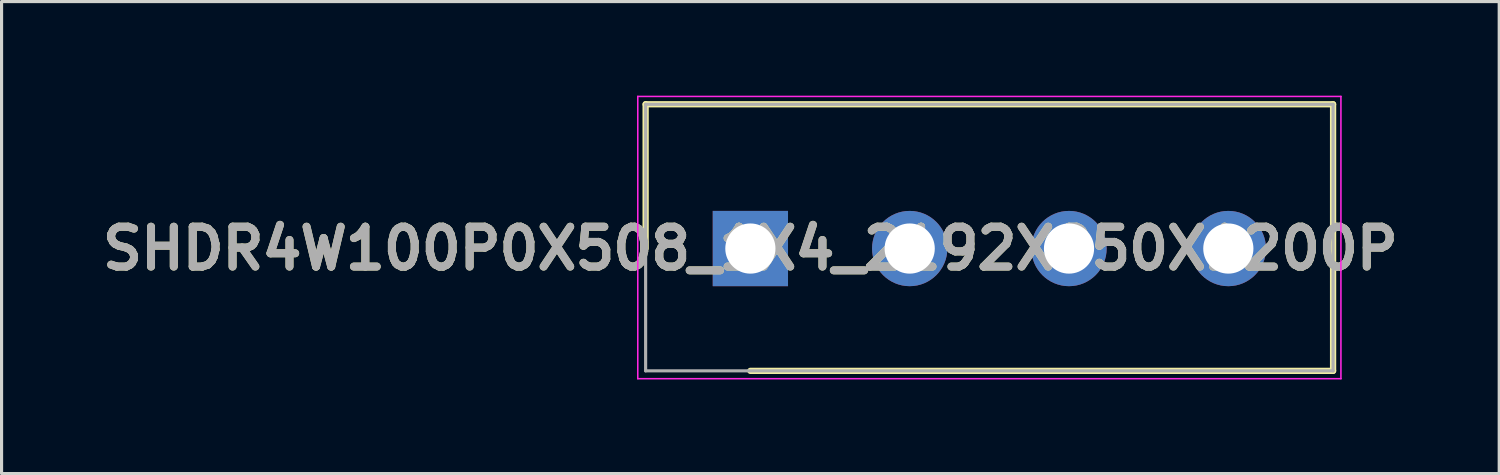
<source format=kicad_pcb>
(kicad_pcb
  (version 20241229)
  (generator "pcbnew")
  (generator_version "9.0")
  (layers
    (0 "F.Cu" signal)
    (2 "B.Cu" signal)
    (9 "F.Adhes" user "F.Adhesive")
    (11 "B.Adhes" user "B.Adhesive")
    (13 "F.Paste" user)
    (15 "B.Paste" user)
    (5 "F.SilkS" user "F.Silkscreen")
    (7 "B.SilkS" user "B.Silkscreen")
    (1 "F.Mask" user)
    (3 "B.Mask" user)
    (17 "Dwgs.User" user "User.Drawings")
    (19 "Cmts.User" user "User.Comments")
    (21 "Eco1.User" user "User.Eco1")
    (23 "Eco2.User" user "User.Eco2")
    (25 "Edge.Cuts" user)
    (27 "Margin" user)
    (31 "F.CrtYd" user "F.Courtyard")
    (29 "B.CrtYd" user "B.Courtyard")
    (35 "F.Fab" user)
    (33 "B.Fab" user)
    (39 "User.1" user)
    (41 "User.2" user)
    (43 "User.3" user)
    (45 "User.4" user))
  (footprint "SHDR4W100P0X508_1X4_2192X850X1200P"
    (layer "F.Cu")
    (at 20.876 4.875)
    (property "Reference" "SHDR4W100P0X508_1X4_2192X850X1200P" (at 0 0 0) (layer "F.SilkS") (effects (font (size 1.27 1.27) (thickness 0.254))))
    (attr through_hole)
    (fp_line (start -3.34 -4.6) (end -3.34 0) (stroke (width 0.2) (type solid)) (layer "F.SilkS"))
    (fp_line (start 0 3.9) (end 18.58 3.9) (stroke (width 0.2) (type solid)) (layer "F.SilkS"))
    (fp_line (start 18.58 -4.6) (end -3.34 -4.6) (stroke (width 0.2) (type solid)) (layer "F.SilkS"))
    (fp_line (start 18.58 3.9) (end 18.58 -4.6) (stroke (width 0.2) (type solid)) (layer "F.SilkS"))
    (fp_line (start -3.59 -4.85) (end 18.83 -4.85) (stroke (width 0.05) (type solid)) (layer "F.CrtYd"))
    (fp_line (start -3.59 4.15) (end -3.59 -4.85) (stroke (width 0.05) (type solid)) (layer "F.CrtYd"))
    (fp_line (start 18.83 -4.85) (end 18.83 4.15) (stroke (width 0.05) (type solid)) (layer "F.CrtYd"))
    (fp_line (start 18.83 4.15) (end -3.59 4.15) (stroke (width 0.05) (type solid)) (layer "F.CrtYd"))
    (fp_line (start -3.34 -4.6) (end 18.58 -4.6) (stroke (width 0.1) (type solid)) (layer "F.Fab"))
    (fp_line (start -3.34 3.9) (end -3.34 -4.6) (stroke (width 0.1) (type solid)) (layer "F.Fab"))
    (fp_line (start 18.58 -4.6) (end 18.58 3.9) (stroke (width 0.1) (type solid)) (layer "F.Fab"))
    (fp_line (start 18.58 3.9) (end -3.34 3.9) (stroke (width 0.1) (type solid)) (layer "F.Fab"))
    (fp_text user "${REFERENCE}" (at 0 0 0) (layer "F.Fab") (effects (font (size 1.27 1.27) (thickness 0.254))))
    (pad "1" thru_hole rect (at 0 0) (size 2.4 2.4) (drill 1.6) (layers "*.Cu" "*.Mask"))
    (pad "2" thru_hole circle (at 5.08 0) (size 2.4 2.4) (drill 1.6) (layers "*.Cu" "*.Mask"))
    (pad "3" thru_hole circle (at 10.16 0) (size 2.4 2.4) (drill 1.6) (layers "*.Cu" "*.Mask"))
    (pad "4" thru_hole circle (at 15.24 0) (size 2.4 2.4) (drill 1.6) (layers "*.Cu" "*.Mask")))
  (gr_rect
    (start -3 -3)
    (end 44.753 12.05)
    (stroke (width 0.1) (type default))
    (fill no)
    (layer "Edge.Cuts")))
</source>
